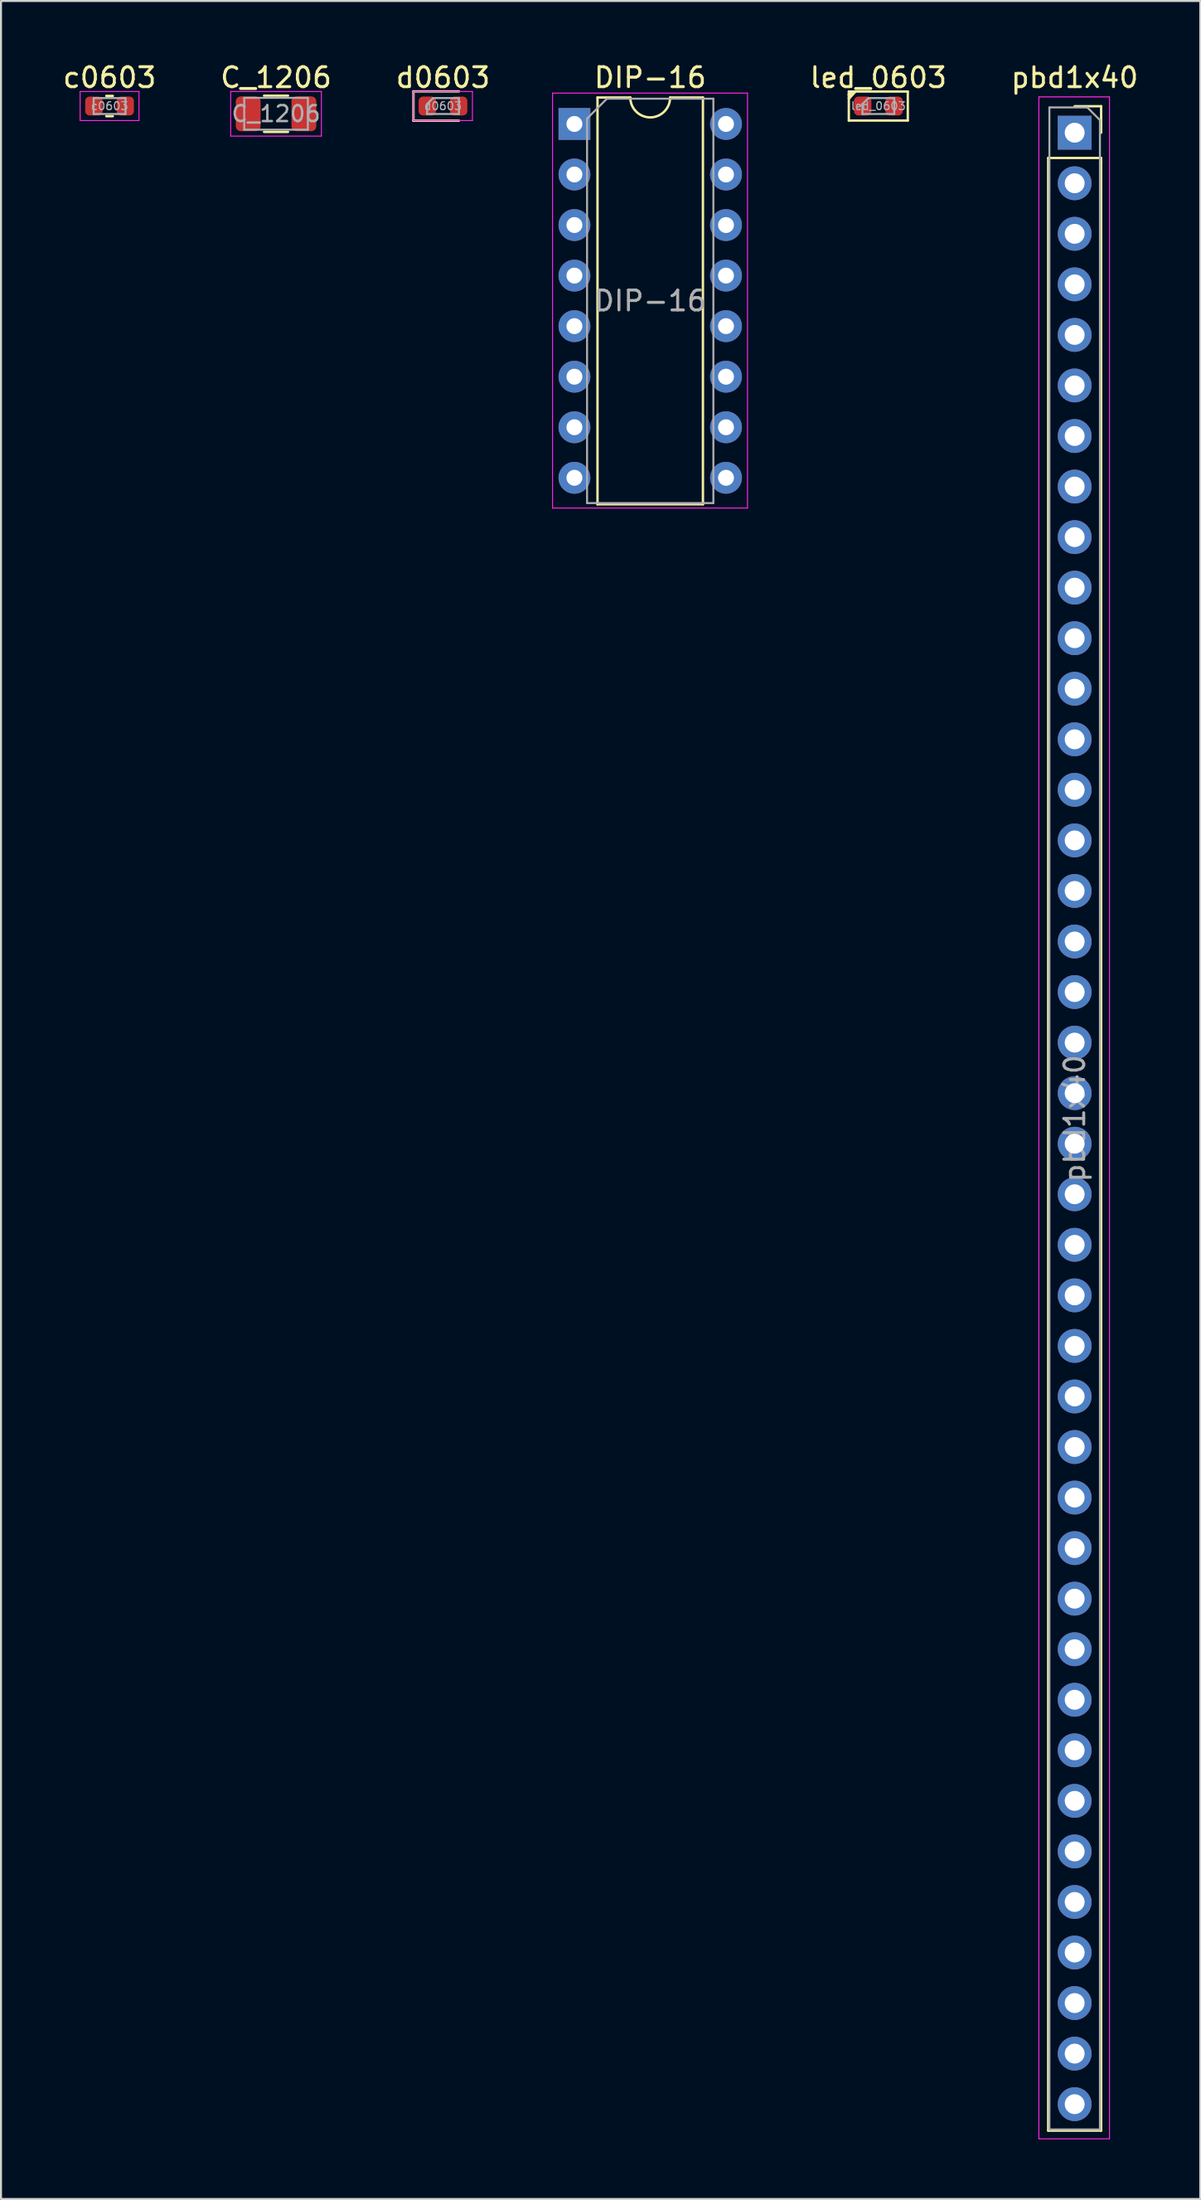
<source format=kicad_pcb>
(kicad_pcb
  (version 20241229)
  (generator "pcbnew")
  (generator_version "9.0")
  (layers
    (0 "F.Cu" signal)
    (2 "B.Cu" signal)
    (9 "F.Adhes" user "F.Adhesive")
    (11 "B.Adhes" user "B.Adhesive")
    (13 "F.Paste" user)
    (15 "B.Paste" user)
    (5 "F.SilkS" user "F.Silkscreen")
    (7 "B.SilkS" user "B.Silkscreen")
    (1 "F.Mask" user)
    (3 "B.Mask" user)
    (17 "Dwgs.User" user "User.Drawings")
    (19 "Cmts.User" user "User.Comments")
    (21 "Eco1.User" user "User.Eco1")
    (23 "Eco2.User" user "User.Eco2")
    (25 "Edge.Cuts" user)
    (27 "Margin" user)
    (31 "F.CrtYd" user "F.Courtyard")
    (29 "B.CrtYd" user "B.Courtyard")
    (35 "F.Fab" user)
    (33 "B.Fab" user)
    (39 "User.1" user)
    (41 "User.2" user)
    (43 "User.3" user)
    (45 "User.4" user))
  (footprint "C_1206"
    (layer "F.Cu")
    (at 10.827 2.668)
    (property "Reference" "C_1206" (at 0 -1.82 0) (layer "F.SilkS") (effects (font (size 1 1) (thickness 0.15))))
    (attr smd)
    (fp_line (start -0.602 -0.91) (end 0.602 -0.91) (stroke (width 0.12) (type solid)) (layer "F.SilkS"))
    (fp_line (start -0.602 0.91) (end 0.602 0.91) (stroke (width 0.12) (type solid)) (layer "F.SilkS"))
    (fp_line (start -2.28 -1.12) (end 2.28 -1.12) (stroke (width 0.05) (type solid)) (layer "F.CrtYd"))
    (fp_line (start -2.28 1.12) (end -2.28 -1.12) (stroke (width 0.05) (type solid)) (layer "F.CrtYd"))
    (fp_line (start 2.28 -1.12) (end 2.28 1.12) (stroke (width 0.05) (type solid)) (layer "F.CrtYd"))
    (fp_line (start 2.28 1.12) (end -2.28 1.12) (stroke (width 0.05) (type solid)) (layer "F.CrtYd"))
    (fp_line (start -1.6 -0.8) (end 1.6 -0.8) (stroke (width 0.1) (type solid)) (layer "F.Fab"))
    (fp_line (start -1.6 0.8) (end -1.6 -0.8) (stroke (width 0.1) (type solid)) (layer "F.Fab"))
    (fp_line (start 1.6 -0.8) (end 1.6 0.8) (stroke (width 0.1) (type solid)) (layer "F.Fab"))
    (fp_line (start 1.6 0.8) (end -1.6 0.8) (stroke (width 0.1) (type solid)) (layer "F.Fab"))
    (fp_text user "${REFERENCE}" (at 0 0 0) (layer "F.Fab") (effects (font (size 0.8 0.8) (thickness 0.12))))
    (pad "1" smd roundrect (at -1.4 0) (size 1.25 1.75) (layers "F.Cu" "F.Mask" "F.Paste") (roundrect_rratio 0.2))
    (pad "2" smd roundrect (at 1.4 0) (size 1.25 1.75) (layers "F.Cu" "F.Mask" "F.Paste") (roundrect_rratio 0.2)))
  (footprint "led_0603"
    (layer "F.Cu")
    (at 41.106 2.278)
    (property "Reference" "led_0603" (at 0 -1.43 0) (layer "F.SilkS") (effects (font (size 1 1) (thickness 0.15))))
    (attr smd)
    (fp_line (start -1.485 -0.735) (end -1.485 0.735) (stroke (width 0.12) (type solid)) (layer "F.SilkS"))
    (fp_line (start -1.48 -0.73) (end 1.48 -0.73) (stroke (width 0.12) (type solid)) (layer "F.SilkS"))
    (fp_line (start -1.47 -0.57) (end -1.31 -0.66) (stroke (width 0.15) (type solid)) (layer "F.SilkS"))
    (fp_line (start -1.47 -0.4) (end -1.19 -0.71) (stroke (width 0.15) (type solid)) (layer "F.SilkS"))
    (fp_line (start -1.31 -0.66) (end -1.31 -0.7) (stroke (width 0.15) (type solid)) (layer "F.SilkS"))
    (fp_line (start -1.2 -0.71) (end -1.47 -0.57) (stroke (width 0.15) (type solid)) (layer "F.SilkS"))
    (fp_line (start 1.48 -0.73) (end 1.48 0.73) (stroke (width 0.12) (type solid)) (layer "F.SilkS"))
    (fp_line (start 1.48 0.73) (end -1.48 0.73) (stroke (width 0.12) (type solid)) (layer "F.SilkS"))
    (fp_line (start -0.8 -0.1) (end -0.8 0.4) (stroke (width 0.1) (type solid)) (layer "F.Fab"))
    (fp_line (start -0.8 0.4) (end 0.8 0.4) (stroke (width 0.1) (type solid)) (layer "F.Fab"))
    (fp_line (start -0.5 -0.4) (end -0.8 -0.1) (stroke (width 0.1) (type solid)) (layer "F.Fab"))
    (fp_line (start 0.8 -0.4) (end -0.5 -0.4) (stroke (width 0.1) (type solid)) (layer "F.Fab"))
    (fp_line (start 0.8 0.4) (end 0.8 -0.4) (stroke (width 0.1) (type solid)) (layer "F.Fab"))
    (fp_text user "${REFERENCE}" (at 0 0 0) (layer "F.Fab") (effects (font (size 0.4 0.4) (thickness 0.06))))
    (pad "1" smd roundrect (at -0.787 0) (size 0.875 0.95) (layers "F.Cu" "F.Mask" "F.Paste") (roundrect_rratio 0.25))
    (pad "2" smd roundrect (at 0.787 0) (size 0.875 0.95) (layers "F.Cu" "F.Mask" "F.Paste") (roundrect_rratio 0.25)))
  (footprint "pbd1x40"
    (layer "F.Cu")
    (at 50.975 3.618)
    (property "Reference" "pbd1x40" (at 0 -2.77 0) (layer "F.SilkS") (effects (font (size 1 1) (thickness 0.15))))
    (attr through_hole)
    (fp_line (start -1.33 1.27) (end -1.33 100.39) (stroke (width 0.12) (type solid)) (layer "F.SilkS"))
    (fp_line (start -1.33 1.27) (end 1.33 1.27) (stroke (width 0.12) (type solid)) (layer "F.SilkS"))
    (fp_line (start -1.33 100.39) (end 1.33 100.39) (stroke (width 0.12) (type solid)) (layer "F.SilkS"))
    (fp_line (start 0 -1.33) (end 1.33 -1.33) (stroke (width 0.12) (type solid)) (layer "F.SilkS"))
    (fp_line (start 1.33 -1.33) (end 1.33 0) (stroke (width 0.12) (type solid)) (layer "F.SilkS"))
    (fp_line (start 1.33 1.27) (end 1.33 100.39) (stroke (width 0.12) (type solid)) (layer "F.SilkS"))
    (fp_line (start -1.8 -1.8) (end 1.75 -1.8) (stroke (width 0.05) (type solid)) (layer "F.CrtYd"))
    (fp_line (start -1.8 100.8) (end -1.8 -1.8) (stroke (width 0.05) (type solid)) (layer "F.CrtYd"))
    (fp_line (start 1.75 -1.8) (end 1.75 100.8) (stroke (width 0.05) (type solid)) (layer "F.CrtYd"))
    (fp_line (start 1.75 100.8) (end -1.8 100.8) (stroke (width 0.05) (type solid)) (layer "F.CrtYd"))
    (fp_line (start -1.27 -1.27) (end 0.635 -1.27) (stroke (width 0.1) (type solid)) (layer "F.Fab"))
    (fp_line (start -1.27 100.33) (end -1.27 -1.27) (stroke (width 0.1) (type solid)) (layer "F.Fab"))
    (fp_line (start 0.635 -1.27) (end 1.27 -0.635) (stroke (width 0.1) (type solid)) (layer "F.Fab"))
    (fp_line (start 1.27 -0.635) (end 1.27 100.33) (stroke (width 0.1) (type solid)) (layer "F.Fab"))
    (fp_line (start 1.27 100.33) (end -1.27 100.33) (stroke (width 0.1) (type solid)) (layer "F.Fab"))
    (fp_text user "${REFERENCE}" (at 0 49.53 90) (layer "F.Fab") (effects (font (size 1 1) (thickness 0.15))))
    (pad "1" thru_hole rect (at 0 0) (size 1.7 1.7) (drill 1) (layers "*.Cu" "*.Mask"))
    (pad "2" thru_hole oval (at 0 2.54) (size 1.7 1.7) (drill 1) (layers "*.Cu" "*.Mask"))
    (pad "3" thru_hole oval (at 0 5.08) (size 1.7 1.7) (drill 1) (layers "*.Cu" "*.Mask"))
    (pad "4" thru_hole oval (at 0 7.62) (size 1.7 1.7) (drill 1) (layers "*.Cu" "*.Mask"))
    (pad "5" thru_hole oval (at 0 10.16) (size 1.7 1.7) (drill 1) (layers "*.Cu" "*.Mask"))
    (pad "6" thru_hole oval (at 0 12.7) (size 1.7 1.7) (drill 1) (layers "*.Cu" "*.Mask"))
    (pad "7" thru_hole oval (at 0 15.24) (size 1.7 1.7) (drill 1) (layers "*.Cu" "*.Mask"))
    (pad "8" thru_hole oval (at 0 17.78) (size 1.7 1.7) (drill 1) (layers "*.Cu" "*.Mask"))
    (pad "9" thru_hole oval (at 0 20.32) (size 1.7 1.7) (drill 1) (layers "*.Cu" "*.Mask"))
    (pad "10" thru_hole oval (at 0 22.86) (size 1.7 1.7) (drill 1) (layers "*.Cu" "*.Mask"))
    (pad "11" thru_hole oval (at 0 25.4) (size 1.7 1.7) (drill 1) (layers "*.Cu" "*.Mask"))
    (pad "12" thru_hole oval (at 0 27.94) (size 1.7 1.7) (drill 1) (layers "*.Cu" "*.Mask"))
    (pad "13" thru_hole oval (at 0 30.48) (size 1.7 1.7) (drill 1) (layers "*.Cu" "*.Mask"))
    (pad "14" thru_hole oval (at 0 33.02) (size 1.7 1.7) (drill 1) (layers "*.Cu" "*.Mask"))
    (pad "15" thru_hole oval (at 0 35.56) (size 1.7 1.7) (drill 1) (layers "*.Cu" "*.Mask"))
    (pad "16" thru_hole oval (at 0 38.1) (size 1.7 1.7) (drill 1) (layers "*.Cu" "*.Mask"))
    (pad "17" thru_hole oval (at 0 40.64) (size 1.7 1.7) (drill 1) (layers "*.Cu" "*.Mask"))
    (pad "18" thru_hole oval (at 0 43.18) (size 1.7 1.7) (drill 1) (layers "*.Cu" "*.Mask"))
    (pad "19" thru_hole oval (at 0 45.72) (size 1.7 1.7) (drill 1) (layers "*.Cu" "*.Mask"))
    (pad "20" thru_hole oval (at 0 48.26) (size 1.7 1.7) (drill 1) (layers "*.Cu" "*.Mask"))
    (pad "21" thru_hole oval (at 0 50.8) (size 1.7 1.7) (drill 1) (layers "*.Cu" "*.Mask"))
    (pad "22" thru_hole oval (at 0 53.34) (size 1.7 1.7) (drill 1) (layers "*.Cu" "*.Mask"))
    (pad "23" thru_hole oval (at 0 55.88) (size 1.7 1.7) (drill 1) (layers "*.Cu" "*.Mask"))
    (pad "24" thru_hole oval (at 0 58.42) (size 1.7 1.7) (drill 1) (layers "*.Cu" "*.Mask"))
    (pad "25" thru_hole oval (at 0 60.96) (size 1.7 1.7) (drill 1) (layers "*.Cu" "*.Mask"))
    (pad "26" thru_hole oval (at 0 63.5) (size 1.7 1.7) (drill 1) (layers "*.Cu" "*.Mask"))
    (pad "27" thru_hole oval (at 0 66.04) (size 1.7 1.7) (drill 1) (layers "*.Cu" "*.Mask"))
    (pad "28" thru_hole oval (at 0 68.58) (size 1.7 1.7) (drill 1) (layers "*.Cu" "*.Mask"))
    (pad "29" thru_hole oval (at 0 71.12) (size 1.7 1.7) (drill 1) (layers "*.Cu" "*.Mask"))
    (pad "30" thru_hole oval (at 0 73.66) (size 1.7 1.7) (drill 1) (layers "*.Cu" "*.Mask"))
    (pad "31" thru_hole oval (at 0 76.2) (size 1.7 1.7) (drill 1) (layers "*.Cu" "*.Mask"))
    (pad "32" thru_hole oval (at 0 78.74) (size 1.7 1.7) (drill 1) (layers "*.Cu" "*.Mask"))
    (pad "33" thru_hole oval (at 0 81.28) (size 1.7 1.7) (drill 1) (layers "*.Cu" "*.Mask"))
    (pad "34" thru_hole oval (at 0 83.82) (size 1.7 1.7) (drill 1) (layers "*.Cu" "*.Mask"))
    (pad "35" thru_hole oval (at 0 86.36) (size 1.7 1.7) (drill 1) (layers "*.Cu" "*.Mask"))
    (pad "36" thru_hole oval (at 0 88.9) (size 1.7 1.7) (drill 1) (layers "*.Cu" "*.Mask"))
    (pad "37" thru_hole oval (at 0 91.44) (size 1.7 1.7) (drill 1) (layers "*.Cu" "*.Mask"))
    (pad "38" thru_hole oval (at 0 93.98) (size 1.7 1.7) (drill 1) (layers "*.Cu" "*.Mask"))
    (pad "39" thru_hole oval (at 0 96.52) (size 1.7 1.7) (drill 1) (layers "*.Cu" "*.Mask"))
    (pad "40" thru_hole oval (at 0 99.06) (size 1.7 1.7) (drill 1) (layers "*.Cu" "*.Mask")))
  (footprint "c0603"
    (layer "F.Cu")
    (at 2.458 2.278)
    (property "Reference" "c0603" (at 0 -1.43 0) (layer "F.SilkS") (effects (font (size 1 1) (thickness 0.15))))
    (attr smd)
    (fp_line (start -0.163 -0.51) (end 0.163 -0.51) (stroke (width 0.12) (type solid)) (layer "F.SilkS"))
    (fp_line (start -0.163 0.51) (end 0.163 0.51) (stroke (width 0.12) (type solid)) (layer "F.SilkS"))
    (fp_line (start -1.48 -0.73) (end 1.48 -0.73) (stroke (width 0.05) (type solid)) (layer "F.CrtYd"))
    (fp_line (start -1.48 0.73) (end -1.48 -0.73) (stroke (width 0.05) (type solid)) (layer "F.CrtYd"))
    (fp_line (start 1.48 -0.73) (end 1.48 0.73) (stroke (width 0.05) (type solid)) (layer "F.CrtYd"))
    (fp_line (start 1.48 0.73) (end -1.48 0.73) (stroke (width 0.05) (type solid)) (layer "F.CrtYd"))
    (fp_line (start -0.8 -0.4) (end 0.8 -0.4) (stroke (width 0.1) (type solid)) (layer "F.Fab"))
    (fp_line (start -0.8 0.4) (end -0.8 -0.4) (stroke (width 0.1) (type solid)) (layer "F.Fab"))
    (fp_line (start 0.8 -0.4) (end 0.8 0.4) (stroke (width 0.1) (type solid)) (layer "F.Fab"))
    (fp_line (start 0.8 0.4) (end -0.8 0.4) (stroke (width 0.1) (type solid)) (layer "F.Fab"))
    (fp_text user "${REFERENCE}" (at 0 0 0) (layer "F.Fab") (effects (font (size 0.4 0.4) (thickness 0.06))))
    (pad "1" smd roundrect (at -0.787 0) (size 0.875 0.95) (layers "F.Cu" "F.Mask" "F.Paste") (roundrect_rratio 0.25))
    (pad "2" smd roundrect (at 0.787 0) (size 0.875 0.95) (layers "F.Cu" "F.Mask" "F.Paste") (roundrect_rratio 0.25)))
  (footprint "DIP-16"
    (layer "F.Cu")
    (at 25.827 3.178)
    (property "Reference" "DIP-16" (at 3.81 -2.33 0) (layer "F.SilkS") (effects (font (size 1 1) (thickness 0.15))))
    (attr through_hole)
    (fp_line (start 1.16 -1.33) (end 1.16 19.11) (stroke (width 0.12) (type solid)) (layer "F.SilkS"))
    (fp_line (start 1.16 19.11) (end 6.46 19.11) (stroke (width 0.12) (type solid)) (layer "F.SilkS"))
    (fp_line (start 2.81 -1.33) (end 1.16 -1.33) (stroke (width 0.12) (type solid)) (layer "F.SilkS"))
    (fp_line (start 6.46 -1.33) (end 4.81 -1.33) (stroke (width 0.12) (type solid)) (layer "F.SilkS"))
    (fp_line (start 6.46 19.11) (end 6.46 -1.33) (stroke (width 0.12) (type solid)) (layer "F.SilkS"))
    (fp_arc (start 4.81 -1.33) (mid 3.81 -0.33) (end 2.81 -1.33) (stroke (width 0.12) (type solid)) (layer "F.SilkS"))
    (fp_line (start -1.1 -1.55) (end -1.1 19.3) (stroke (width 0.05) (type solid)) (layer "F.CrtYd"))
    (fp_line (start -1.1 19.3) (end 8.7 19.3) (stroke (width 0.05) (type solid)) (layer "F.CrtYd"))
    (fp_line (start 8.7 -1.55) (end -1.1 -1.55) (stroke (width 0.05) (type solid)) (layer "F.CrtYd"))
    (fp_line (start 8.7 19.3) (end 8.7 -1.55) (stroke (width 0.05) (type solid)) (layer "F.CrtYd"))
    (fp_line (start 0.635 -0.27) (end 1.635 -1.27) (stroke (width 0.1) (type solid)) (layer "F.Fab"))
    (fp_line (start 0.635 19.05) (end 0.635 -0.27) (stroke (width 0.1) (type solid)) (layer "F.Fab"))
    (fp_line (start 1.635 -1.27) (end 6.985 -1.27) (stroke (width 0.1) (type solid)) (layer "F.Fab"))
    (fp_line (start 6.985 -1.27) (end 6.985 19.05) (stroke (width 0.1) (type solid)) (layer "F.Fab"))
    (fp_line (start 6.985 19.05) (end 0.635 19.05) (stroke (width 0.1) (type solid)) (layer "F.Fab"))
    (fp_text user "${REFERENCE}" (at 3.81 8.89 0) (layer "F.Fab") (effects (font (size 1 1) (thickness 0.15))))
    (pad "1" thru_hole rect (at 0 0) (size 1.6 1.6) (drill 0.8) (layers "*.Cu" "*.Mask"))
    (pad "2" thru_hole oval (at 0 2.54) (size 1.6 1.6) (drill 0.8) (layers "*.Cu" "*.Mask"))
    (pad "3" thru_hole oval (at 0 5.08) (size 1.6 1.6) (drill 0.8) (layers "*.Cu" "*.Mask"))
    (pad "4" thru_hole oval (at 0 7.62) (size 1.6 1.6) (drill 0.8) (layers "*.Cu" "*.Mask"))
    (pad "5" thru_hole oval (at 0 10.16) (size 1.6 1.6) (drill 0.8) (layers "*.Cu" "*.Mask"))
    (pad "6" thru_hole oval (at 0 12.7) (size 1.6 1.6) (drill 0.8) (layers "*.Cu" "*.Mask"))
    (pad "7" thru_hole oval (at 0 15.24) (size 1.6 1.6) (drill 0.8) (layers "*.Cu" "*.Mask"))
    (pad "8" thru_hole oval (at 0 17.78) (size 1.6 1.6) (drill 0.8) (layers "*.Cu" "*.Mask"))
    (pad "9" thru_hole oval (at 7.62 17.78) (size 1.6 1.6) (drill 0.8) (layers "*.Cu" "*.Mask"))
    (pad "10" thru_hole oval (at 7.62 15.24) (size 1.6 1.6) (drill 0.8) (layers "*.Cu" "*.Mask"))
    (pad "11" thru_hole oval (at 7.62 12.7) (size 1.6 1.6) (drill 0.8) (layers "*.Cu" "*.Mask"))
    (pad "12" thru_hole oval (at 7.62 10.16) (size 1.6 1.6) (drill 0.8) (layers "*.Cu" "*.Mask"))
    (pad "13" thru_hole oval (at 7.62 7.62) (size 1.6 1.6) (drill 0.8) (layers "*.Cu" "*.Mask"))
    (pad "14" thru_hole oval (at 7.62 5.08) (size 1.6 1.6) (drill 0.8) (layers "*.Cu" "*.Mask"))
    (pad "15" thru_hole oval (at 7.62 2.54) (size 1.6 1.6) (drill 0.8) (layers "*.Cu" "*.Mask"))
    (pad "16" thru_hole oval (at 7.62 0) (size 1.6 1.6) (drill 0.8) (layers "*.Cu" "*.Mask")))
  (footprint "d0603"
    (layer "F.Cu")
    (at 19.22 2.278)
    (property "Reference" "d0603" (at 0 -1.43 0) (layer "F.SilkS") (effects (font (size 1 1) (thickness 0.15))))
    (attr smd)
    (fp_line (start -1.485 -0.735) (end -1.485 0.735) (stroke (width 0.12) (type solid)) (layer "F.SilkS"))
    (fp_line (start -1.485 0.735) (end 0.8 0.735) (stroke (width 0.12) (type solid)) (layer "F.SilkS"))
    (fp_line (start 0.8 -0.735) (end -1.485 -0.735) (stroke (width 0.12) (type solid)) (layer "F.SilkS"))
    (fp_line (start -1.48 -0.73) (end 1.48 -0.73) (stroke (width 0.05) (type solid)) (layer "F.CrtYd"))
    (fp_line (start -1.48 0.73) (end -1.48 -0.73) (stroke (width 0.05) (type solid)) (layer "F.CrtYd"))
    (fp_line (start 1.48 -0.73) (end 1.48 0.73) (stroke (width 0.05) (type solid)) (layer "F.CrtYd"))
    (fp_line (start 1.48 0.73) (end -1.48 0.73) (stroke (width 0.05) (type solid)) (layer "F.CrtYd"))
    (fp_line (start -0.8 -0.1) (end -0.8 0.4) (stroke (width 0.1) (type solid)) (layer "F.Fab"))
    (fp_line (start -0.8 0.4) (end 0.8 0.4) (stroke (width 0.1) (type solid)) (layer "F.Fab"))
    (fp_line (start -0.5 -0.4) (end -0.8 -0.1) (stroke (width 0.1) (type solid)) (layer "F.Fab"))
    (fp_line (start 0.8 -0.4) (end -0.5 -0.4) (stroke (width 0.1) (type solid)) (layer "F.Fab"))
    (fp_line (start 0.8 0.4) (end 0.8 -0.4) (stroke (width 0.1) (type solid)) (layer "F.Fab"))
    (fp_text user "${REFERENCE}" (at 0 0 0) (layer "F.Fab") (effects (font (size 0.4 0.4) (thickness 0.06))))
    (pad "1" smd roundrect (at -0.787 0) (size 0.875 0.95) (layers "F.Cu" "F.Mask" "F.Paste") (roundrect_rratio 0.25))
    (pad "2" smd roundrect (at 0.787 0) (size 0.875 0.95) (layers "F.Cu" "F.Mask" "F.Paste") (roundrect_rratio 0.25)))
  (gr_rect
    (start -3 -3)
    (end 57.29 107.443)
    (stroke (width 0.1) (type default))
    (fill no)
    (layer "Edge.Cuts")))
</source>
